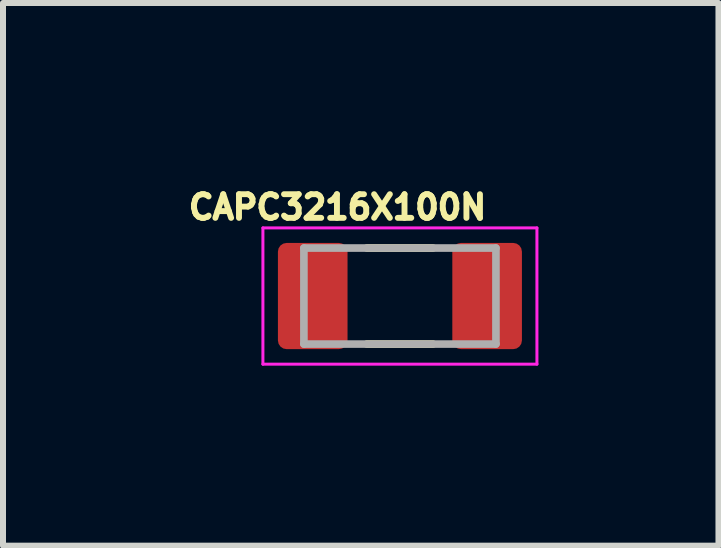
<source format=kicad_pcb>
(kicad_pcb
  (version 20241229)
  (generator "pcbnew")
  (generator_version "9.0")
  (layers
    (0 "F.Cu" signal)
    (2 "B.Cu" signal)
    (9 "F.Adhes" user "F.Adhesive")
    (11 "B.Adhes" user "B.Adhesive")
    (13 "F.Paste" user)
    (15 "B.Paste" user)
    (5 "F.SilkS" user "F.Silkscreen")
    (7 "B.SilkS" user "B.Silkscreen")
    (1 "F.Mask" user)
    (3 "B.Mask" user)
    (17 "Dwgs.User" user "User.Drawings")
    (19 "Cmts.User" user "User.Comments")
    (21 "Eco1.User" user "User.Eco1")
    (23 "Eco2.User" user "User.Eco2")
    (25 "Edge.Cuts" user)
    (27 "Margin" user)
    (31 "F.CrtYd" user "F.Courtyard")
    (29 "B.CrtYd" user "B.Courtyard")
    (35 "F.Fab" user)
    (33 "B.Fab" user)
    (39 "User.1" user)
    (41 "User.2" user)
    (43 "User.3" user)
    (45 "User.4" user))
  (footprint "CAPC3216X100N"
    (layer "F.Cu")
    (at 3.614 1.883)
    (property "Reference" "CAPC3216X100N" (at -1.04 -1.48 0) (layer "F.SilkS") (effects (font (size 0.394 0.394) (thickness 0.15))))
    (attr smd)
    (fp_line (start -0.55 -0.8) (end 0.55 -0.8) (stroke (width 0.127) (type solid)) (layer "F.SilkS"))
    (fp_line (start -0.55 0.8) (end 0.55 0.8) (stroke (width 0.127) (type solid)) (layer "F.SilkS"))
    (fp_line (start -2.283 -1.135) (end 2.283 -1.135) (stroke (width 0.05) (type solid)) (layer "F.CrtYd"))
    (fp_line (start -2.283 1.135) (end -2.283 -1.135) (stroke (width 0.05) (type solid)) (layer "F.CrtYd"))
    (fp_line (start -2.283 1.135) (end 2.283 1.135) (stroke (width 0.05) (type solid)) (layer "F.CrtYd"))
    (fp_line (start 2.283 1.135) (end 2.283 -1.135) (stroke (width 0.05) (type solid)) (layer "F.CrtYd"))
    (fp_line (start -1.6 0.8) (end -1.6 -0.8) (stroke (width 0.127) (type solid)) (layer "F.Fab"))
    (fp_line (start 1.6 -0.8) (end -1.6 -0.8) (stroke (width 0.127) (type solid)) (layer "F.Fab"))
    (fp_line (start 1.6 0.8) (end -1.6 0.8) (stroke (width 0.127) (type solid)) (layer "F.Fab"))
    (fp_line (start 1.6 0.8) (end 1.6 -0.8) (stroke (width 0.127) (type solid)) (layer "F.Fab"))
    (pad "1" smd roundrect (at -1.453 0) (size 1.16 1.77) (layers "F.Cu" "F.Mask" "F.Paste") (roundrect_rratio 0.125))
    (pad "2" smd roundrect (at 1.453 0) (size 1.16 1.77) (layers "F.Cu" "F.Mask" "F.Paste") (roundrect_rratio 0.125)))
  (gr_rect
    (start -3 -3)
    (end 8.922 6.043)
    (stroke (width 0.1) (type default))
    (fill no)
    (layer "Edge.Cuts")))
</source>
